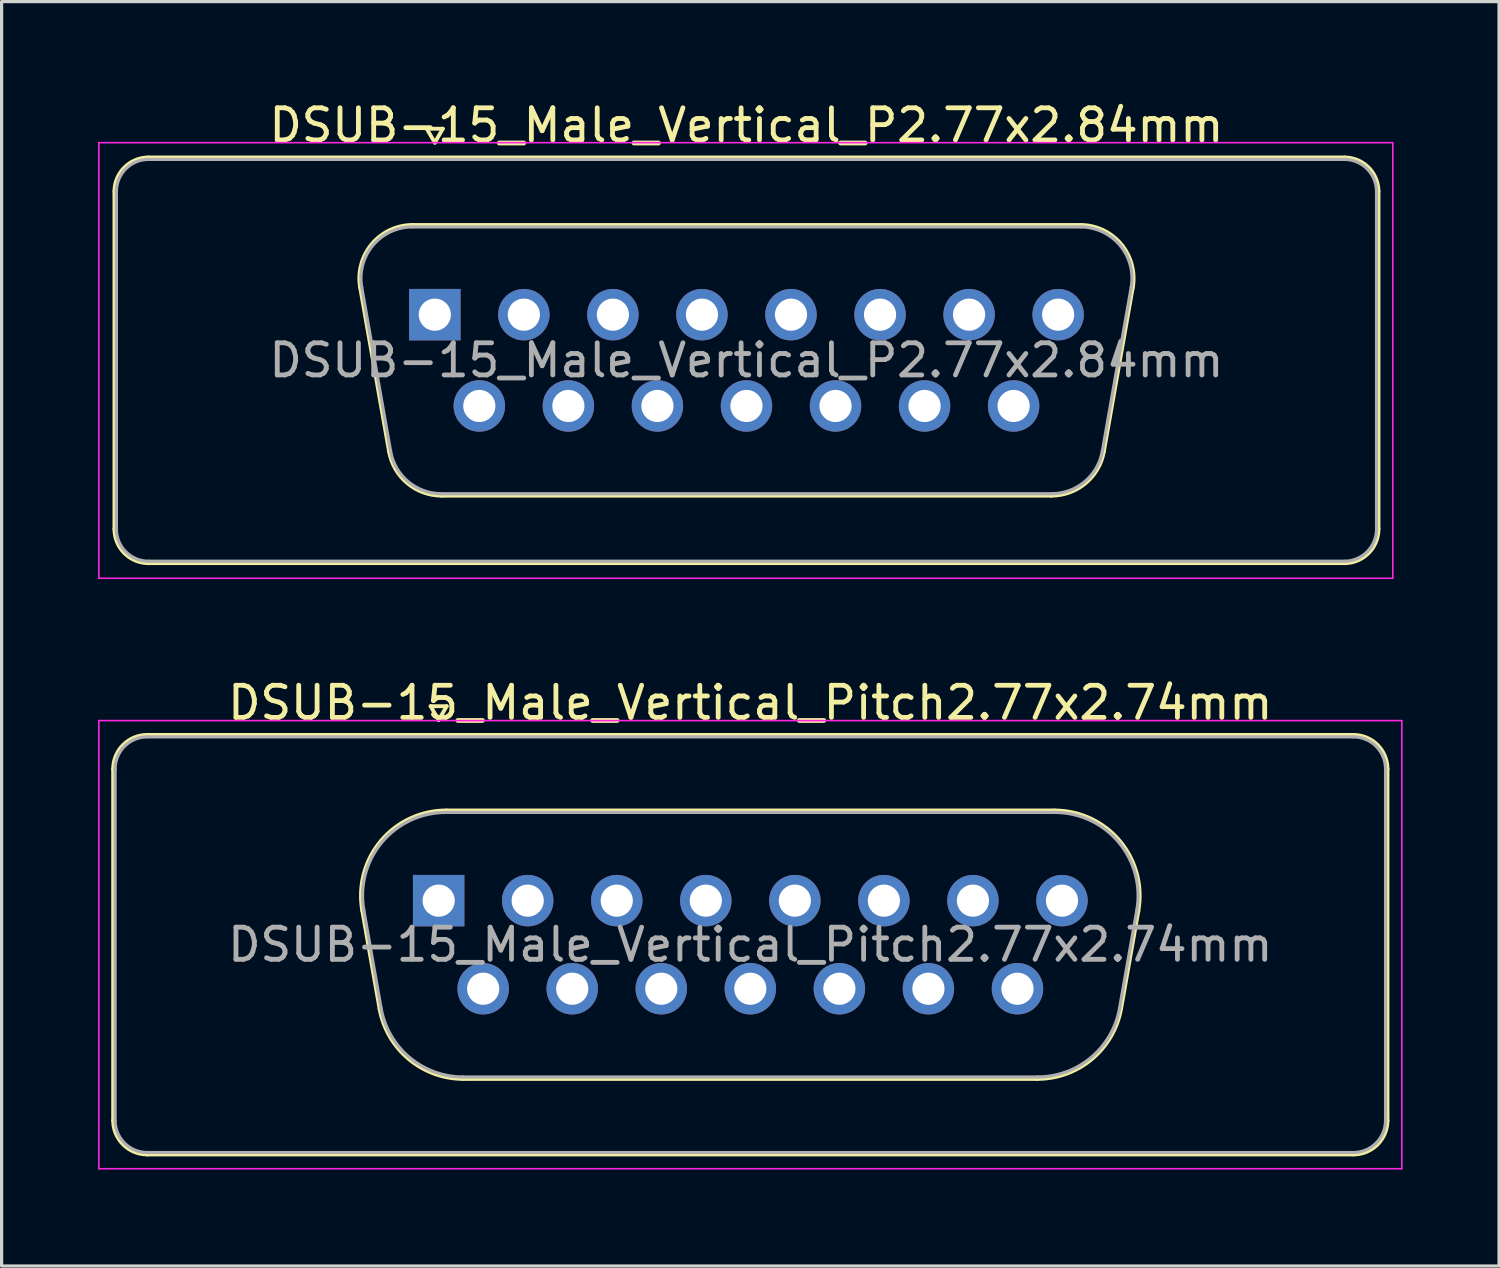
<source format=kicad_pcb>
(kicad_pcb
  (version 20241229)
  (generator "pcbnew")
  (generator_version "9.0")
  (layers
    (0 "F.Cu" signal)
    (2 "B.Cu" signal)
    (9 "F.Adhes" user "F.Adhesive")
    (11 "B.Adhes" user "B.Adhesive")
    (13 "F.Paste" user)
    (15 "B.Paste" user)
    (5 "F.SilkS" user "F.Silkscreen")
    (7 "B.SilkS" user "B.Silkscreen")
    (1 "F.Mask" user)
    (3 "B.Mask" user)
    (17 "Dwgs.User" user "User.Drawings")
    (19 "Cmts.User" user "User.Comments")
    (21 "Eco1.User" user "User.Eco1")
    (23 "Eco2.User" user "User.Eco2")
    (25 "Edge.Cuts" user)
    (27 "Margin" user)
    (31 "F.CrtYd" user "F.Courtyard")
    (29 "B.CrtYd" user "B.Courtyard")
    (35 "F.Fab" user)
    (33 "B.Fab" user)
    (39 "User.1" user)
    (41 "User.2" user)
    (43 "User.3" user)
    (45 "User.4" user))
  (footprint "DSUB-15_Male_Vertical_P2.77x2.84mm"
    (layer "F.Cu")
    (at 10.475 6.738)
    (property "Reference" "DSUB-15_Male_Vertical_P2.77x2.84mm" (at 9.695 -5.89 0) (layer "F.SilkS") (effects (font (size 1 1) (thickness 0.15))))
    (attr through_hole)
    (fp_line (start -9.965 6.67) (end -9.965 -3.83) (stroke (width 0.12) (type solid)) (layer "F.SilkS"))
    (fp_line (start -8.905 -4.89) (end 28.295 -4.89) (stroke (width 0.12) (type solid)) (layer "F.SilkS"))
    (fp_line (start -2.321 -0.842) (end -1.422 4.258) (stroke (width 0.12) (type solid)) (layer "F.SilkS"))
    (fp_line (start -0.687 -2.79) (end 20.077 -2.79) (stroke (width 0.12) (type solid)) (layer "F.SilkS"))
    (fp_line (start -0.25 -5.784) (end 0.25 -5.784) (stroke (width 0.12) (type solid)) (layer "F.SilkS"))
    (fp_line (start 0 -5.351) (end -0.25 -5.784) (stroke (width 0.12) (type solid)) (layer "F.SilkS"))
    (fp_line (start 0.213 5.63) (end 19.177 5.63) (stroke (width 0.12) (type solid)) (layer "F.SilkS"))
    (fp_line (start 0.25 -5.784) (end 0 -5.351) (stroke (width 0.12) (type solid)) (layer "F.SilkS"))
    (fp_line (start 21.711 -0.842) (end 20.812 4.258) (stroke (width 0.12) (type solid)) (layer "F.SilkS"))
    (fp_line (start 28.295 7.73) (end -8.905 7.73) (stroke (width 0.12) (type solid)) (layer "F.SilkS"))
    (fp_line (start 29.355 -3.83) (end 29.355 6.67) (stroke (width 0.12) (type solid)) (layer "F.SilkS"))
    (fp_arc (start -9.965 -3.83) (mid -9.654533 -4.579533) (end -8.905 -4.89) (stroke (width 0.12) (type solid)) (layer "F.SilkS"))
    (fp_arc (start -8.905 7.73) (mid -9.654533 7.419533) (end -9.965 6.67) (stroke (width 0.12) (type solid)) (layer "F.SilkS"))
    (fp_arc (start -2.32147 -0.841744) (mid -1.958323 -2.197028) (end -0.686689 -2.79) (stroke (width 0.12) (type solid)) (layer "F.SilkS"))
    (fp_arc (start 0.212579 5.63) (mid -0.854448 5.241634) (end -1.422202 4.258256) (stroke (width 0.12) (type solid)) (layer "F.SilkS"))
    (fp_arc (start 20.076689 -2.79) (mid 21.348323 -2.197027) (end 21.71147 -0.841744) (stroke (width 0.12) (type solid)) (layer "F.SilkS"))
    (fp_arc (start 20.812202 4.258256) (mid 20.244449 5.241634) (end 19.177421 5.63) (stroke (width 0.12) (type solid)) (layer "F.SilkS"))
    (fp_arc (start 28.295 -4.89) (mid 29.044533 -4.579533) (end 29.355 -3.83) (stroke (width 0.12) (type solid)) (layer "F.SilkS"))
    (fp_arc (start 29.355 6.67) (mid 29.044533 7.419533) (end 28.295 7.73) (stroke (width 0.12) (type solid)) (layer "F.SilkS"))
    (fp_line (start -10.45 -5.35) (end -10.45 8.2) (stroke (width 0.05) (type solid)) (layer "F.CrtYd"))
    (fp_line (start -10.45 8.2) (end 29.8 8.2) (stroke (width 0.05) (type solid)) (layer "F.CrtYd"))
    (fp_line (start 29.8 -5.35) (end -10.45 -5.35) (stroke (width 0.05) (type solid)) (layer "F.CrtYd"))
    (fp_line (start 29.8 8.2) (end 29.8 -5.35) (stroke (width 0.05) (type solid)) (layer "F.CrtYd"))
    (fp_line (start -9.905 6.67) (end -9.905 -3.83) (stroke (width 0.1) (type solid)) (layer "F.Fab"))
    (fp_line (start -8.905 -4.83) (end 28.295 -4.83) (stroke (width 0.1) (type solid)) (layer "F.Fab"))
    (fp_line (start -2.274 -0.852) (end -1.375 4.248) (stroke (width 0.1) (type solid)) (layer "F.Fab"))
    (fp_line (start -0.698 -2.73) (end 20.088 -2.73) (stroke (width 0.1) (type solid)) (layer "F.Fab"))
    (fp_line (start 0.201 5.57) (end 19.189 5.57) (stroke (width 0.1) (type solid)) (layer "F.Fab"))
    (fp_line (start 21.664 -0.852) (end 20.765 4.248) (stroke (width 0.1) (type solid)) (layer "F.Fab"))
    (fp_line (start 28.295 7.67) (end -8.905 7.67) (stroke (width 0.1) (type solid)) (layer "F.Fab"))
    (fp_line (start 29.295 -3.83) (end 29.295 6.67) (stroke (width 0.1) (type solid)) (layer "F.Fab"))
    (fp_arc (start -9.905 -3.83) (mid -9.612107 -4.537107) (end -8.905 -4.83) (stroke (width 0.1) (type solid)) (layer "F.Fab"))
    (fp_arc (start -8.905 7.67) (mid -9.612107 7.377107) (end -9.905 6.67) (stroke (width 0.1) (type solid)) (layer "F.Fab"))
    (fp_arc (start -2.273886 -0.852163) (mid -1.923865 -2.15846) (end -0.698194 -2.73) (stroke (width 0.1) (type solid)) (layer "F.Fab"))
    (fp_arc (start 0.201073 5.57) (mid -0.827387 5.195671) (end -1.374619 4.247837) (stroke (width 0.1) (type solid)) (layer "F.Fab"))
    (fp_arc (start 20.088194 -2.73) (mid 21.313865 -2.15846) (end 21.663886 -0.852163) (stroke (width 0.1) (type solid)) (layer "F.Fab"))
    (fp_arc (start 20.764619 4.247837) (mid 20.217387 5.195671) (end 19.188927 5.57) (stroke (width 0.1) (type solid)) (layer "F.Fab"))
    (fp_arc (start 28.295 -4.83) (mid 29.002107 -4.537107) (end 29.295 -3.83) (stroke (width 0.1) (type solid)) (layer "F.Fab"))
    (fp_arc (start 29.295 6.67) (mid 29.002107 7.377107) (end 28.295 7.67) (stroke (width 0.1) (type solid)) (layer "F.Fab"))
    (fp_text user "${REFERENCE}" (at 9.695 1.42 0) (layer "F.Fab") (effects (font (size 1 1) (thickness 0.15))))
    (pad "1" thru_hole rect (at 0 0) (size 1.6 1.6) (drill 1) (layers "*.Cu" "*.Mask"))
    (pad "2" thru_hole circle (at 2.77 0) (size 1.6 1.6) (drill 1) (layers "*.Cu" "*.Mask"))
    (pad "3" thru_hole circle (at 5.54 0) (size 1.6 1.6) (drill 1) (layers "*.Cu" "*.Mask"))
    (pad "4" thru_hole circle (at 8.31 0) (size 1.6 1.6) (drill 1) (layers "*.Cu" "*.Mask"))
    (pad "5" thru_hole circle (at 11.08 0) (size 1.6 1.6) (drill 1) (layers "*.Cu" "*.Mask"))
    (pad "6" thru_hole circle (at 13.85 0) (size 1.6 1.6) (drill 1) (layers "*.Cu" "*.Mask"))
    (pad "7" thru_hole circle (at 16.62 0) (size 1.6 1.6) (drill 1) (layers "*.Cu" "*.Mask"))
    (pad "8" thru_hole circle (at 19.39 0) (size 1.6 1.6) (drill 1) (layers "*.Cu" "*.Mask"))
    (pad "9" thru_hole circle (at 1.385 2.84) (size 1.6 1.6) (drill 1) (layers "*.Cu" "*.Mask"))
    (pad "10" thru_hole circle (at 4.155 2.84) (size 1.6 1.6) (drill 1) (layers "*.Cu" "*.Mask"))
    (pad "11" thru_hole circle (at 6.925 2.84) (size 1.6 1.6) (drill 1) (layers "*.Cu" "*.Mask"))
    (pad "12" thru_hole circle (at 9.695 2.84) (size 1.6 1.6) (drill 1) (layers "*.Cu" "*.Mask"))
    (pad "13" thru_hole circle (at 12.465 2.84) (size 1.6 1.6) (drill 1) (layers "*.Cu" "*.Mask"))
    (pad "14" thru_hole circle (at 15.235 2.84) (size 1.6 1.6) (drill 1) (layers "*.Cu" "*.Mask"))
    (pad "15" thru_hole circle (at 18.005 2.84) (size 1.6 1.6) (drill 1) (layers "*.Cu" "*.Mask")))
  (footprint "DSUB-15_Male_Vertical_Pitch2.77x2.74mm"
    (layer "F.Cu")
    (at 10.595 24.966)
    (property "Reference" "DSUB-15_Male_Vertical_Pitch2.77x2.74mm" (at 9.695 -6.155 0) (layer "F.SilkS") (effects (font (size 1 1) (thickness 0.15))))
    (attr through_hole)
    (fp_line (start -10.125 6.835) (end -10.125 -4.095) (stroke (width 0.12) (type solid)) (layer "F.SilkS"))
    (fp_line (start -9.065 -5.155) (end 28.455 -5.155) (stroke (width 0.12) (type solid)) (layer "F.SilkS"))
    (fp_line (start -2.377 0.305) (end -1.839 3.355) (stroke (width 0.12) (type solid)) (layer "F.SilkS"))
    (fp_line (start -0.25 -6.049) (end 0.25 -6.049) (stroke (width 0.12) (type solid)) (layer "F.SilkS"))
    (fp_line (start 0 -5.616) (end -0.25 -6.049) (stroke (width 0.12) (type solid)) (layer "F.SilkS"))
    (fp_line (start 0.233 -2.805) (end 19.157 -2.805) (stroke (width 0.12) (type solid)) (layer "F.SilkS"))
    (fp_line (start 0.25 -6.049) (end 0 -5.616) (stroke (width 0.12) (type solid)) (layer "F.SilkS"))
    (fp_line (start 0.771 5.545) (end 18.619 5.545) (stroke (width 0.12) (type solid)) (layer "F.SilkS"))
    (fp_line (start 21.767 0.305) (end 21.229 3.355) (stroke (width 0.12) (type solid)) (layer "F.SilkS"))
    (fp_line (start 28.455 7.895) (end -9.065 7.895) (stroke (width 0.12) (type solid)) (layer "F.SilkS"))
    (fp_line (start 29.515 -4.095) (end 29.515 6.835) (stroke (width 0.12) (type solid)) (layer "F.SilkS"))
    (fp_arc (start -10.125 -4.095) (mid -9.814533 -4.844533) (end -9.065 -5.155) (stroke (width 0.12) (type solid)) (layer "F.SilkS"))
    (fp_arc (start -9.065 7.895) (mid -9.814533 7.584533) (end -10.125 6.835) (stroke (width 0.12) (type solid)) (layer "F.SilkS"))
    (fp_arc (start -2.376594 0.305168) (mid -1.796871 -1.858387) (end 0.233147 -2.805) (stroke (width 0.12) (type solid)) (layer "F.SilkS"))
    (fp_arc (start 0.770944 5.545) (mid -0.932443 4.925018) (end -1.838797 3.355168) (stroke (width 0.12) (type solid)) (layer "F.SilkS"))
    (fp_arc (start 19.156853 -2.805) (mid 21.186871 -1.858387) (end 21.766594 0.305168) (stroke (width 0.12) (type solid)) (layer "F.SilkS"))
    (fp_arc (start 21.228797 3.355168) (mid 20.322443 4.925018) (end 18.619056 5.545) (stroke (width 0.12) (type solid)) (layer "F.SilkS"))
    (fp_arc (start 28.455 -5.155) (mid 29.204533 -4.844533) (end 29.515 -4.095) (stroke (width 0.12) (type solid)) (layer "F.SilkS"))
    (fp_arc (start 29.515 6.835) (mid 29.204533 7.584533) (end 28.455 7.895) (stroke (width 0.12) (type solid)) (layer "F.SilkS"))
    (fp_line (start -10.57 -5.6) (end -10.57 8.34) (stroke (width 0.05) (type solid)) (layer "F.CrtYd"))
    (fp_line (start -10.57 8.34) (end 29.96 8.34) (stroke (width 0.05) (type solid)) (layer "F.CrtYd"))
    (fp_line (start 29.96 -5.6) (end -10.57 -5.6) (stroke (width 0.05) (type solid)) (layer "F.CrtYd"))
    (fp_line (start 29.96 8.34) (end 29.96 -5.6) (stroke (width 0.05) (type solid)) (layer "F.CrtYd"))
    (fp_line (start -10.065 6.835) (end -10.065 -4.095) (stroke (width 0.1) (type solid)) (layer "F.Fab"))
    (fp_line (start -9.065 -5.095) (end 28.455 -5.095) (stroke (width 0.1) (type solid)) (layer "F.Fab"))
    (fp_line (start -2.329 0.295) (end -1.791 3.345) (stroke (width 0.1) (type solid)) (layer "F.Fab"))
    (fp_line (start 0.222 -2.745) (end 19.168 -2.745) (stroke (width 0.1) (type solid)) (layer "F.Fab"))
    (fp_line (start 0.759 5.485) (end 18.631 5.485) (stroke (width 0.1) (type solid)) (layer "F.Fab"))
    (fp_line (start 21.719 0.295) (end 21.181 3.345) (stroke (width 0.1) (type solid)) (layer "F.Fab"))
    (fp_line (start 28.455 7.835) (end -9.065 7.835) (stroke (width 0.1) (type solid)) (layer "F.Fab"))
    (fp_line (start 29.455 -4.095) (end 29.455 6.835) (stroke (width 0.1) (type solid)) (layer "F.Fab"))
    (fp_arc (start -10.065 -4.095) (mid -9.772107 -4.802107) (end -9.065 -5.095) (stroke (width 0.1) (type solid)) (layer "F.Fab"))
    (fp_arc (start -9.065 7.835) (mid -9.772107 7.542107) (end -10.065 6.835) (stroke (width 0.1) (type solid)) (layer "F.Fab"))
    (fp_arc (start -2.32901 0.294749) (mid -1.762413 -1.81982) (end 0.221642 -2.745) (stroke (width 0.1) (type solid)) (layer "F.Fab"))
    (fp_arc (start 0.759439 5.485) (mid -0.905381 4.879055) (end -1.791213 3.344749) (stroke (width 0.1) (type solid)) (layer "F.Fab"))
    (fp_arc (start 19.168358 -2.745) (mid 21.152413 -1.81982) (end 21.71901 0.294749) (stroke (width 0.1) (type solid)) (layer "F.Fab"))
    (fp_arc (start 21.181213 3.344749) (mid 20.295381 4.879055) (end 18.630561 5.485) (stroke (width 0.1) (type solid)) (layer "F.Fab"))
    (fp_arc (start 28.455 -5.095) (mid 29.162107 -4.802107) (end 29.455 -4.095) (stroke (width 0.1) (type solid)) (layer "F.Fab"))
    (fp_arc (start 29.455 6.835) (mid 29.162107 7.542107) (end 28.455 7.835) (stroke (width 0.1) (type solid)) (layer "F.Fab"))
    (fp_text user "${REFERENCE}" (at 9.695 1.37 0) (layer "F.Fab") (effects (font (size 1 1) (thickness 0.15))))
    (pad "1" thru_hole rect (at 0 0) (size 1.6 1.6) (drill 1) (layers "*.Cu" "*.Mask"))
    (pad "2" thru_hole circle (at 2.77 0) (size 1.6 1.6) (drill 1) (layers "*.Cu" "*.Mask"))
    (pad "3" thru_hole circle (at 5.54 0) (size 1.6 1.6) (drill 1) (layers "*.Cu" "*.Mask"))
    (pad "4" thru_hole circle (at 8.31 0) (size 1.6 1.6) (drill 1) (layers "*.Cu" "*.Mask"))
    (pad "5" thru_hole circle (at 11.08 0) (size 1.6 1.6) (drill 1) (layers "*.Cu" "*.Mask"))
    (pad "6" thru_hole circle (at 13.85 0) (size 1.6 1.6) (drill 1) (layers "*.Cu" "*.Mask"))
    (pad "7" thru_hole circle (at 16.62 0) (size 1.6 1.6) (drill 1) (layers "*.Cu" "*.Mask"))
    (pad "8" thru_hole circle (at 19.39 0) (size 1.6 1.6) (drill 1) (layers "*.Cu" "*.Mask"))
    (pad "9" thru_hole circle (at 1.385 2.74) (size 1.6 1.6) (drill 1) (layers "*.Cu" "*.Mask"))
    (pad "10" thru_hole circle (at 4.155 2.74) (size 1.6 1.6) (drill 1) (layers "*.Cu" "*.Mask"))
    (pad "11" thru_hole circle (at 6.925 2.74) (size 1.6 1.6) (drill 1) (layers "*.Cu" "*.Mask"))
    (pad "12" thru_hole circle (at 9.695 2.74) (size 1.6 1.6) (drill 1) (layers "*.Cu" "*.Mask"))
    (pad "13" thru_hole circle (at 12.465 2.74) (size 1.6 1.6) (drill 1) (layers "*.Cu" "*.Mask"))
    (pad "14" thru_hole circle (at 15.235 2.74) (size 1.6 1.6) (drill 1) (layers "*.Cu" "*.Mask"))
    (pad "15" thru_hole circle (at 18.005 2.74) (size 1.6 1.6) (drill 1) (layers "*.Cu" "*.Mask")))
  (gr_rect
    (start -3 -3)
    (end 43.58 36.331)
    (stroke (width 0.1) (type default))
    (fill no)
    (layer "Edge.Cuts")))
</source>
